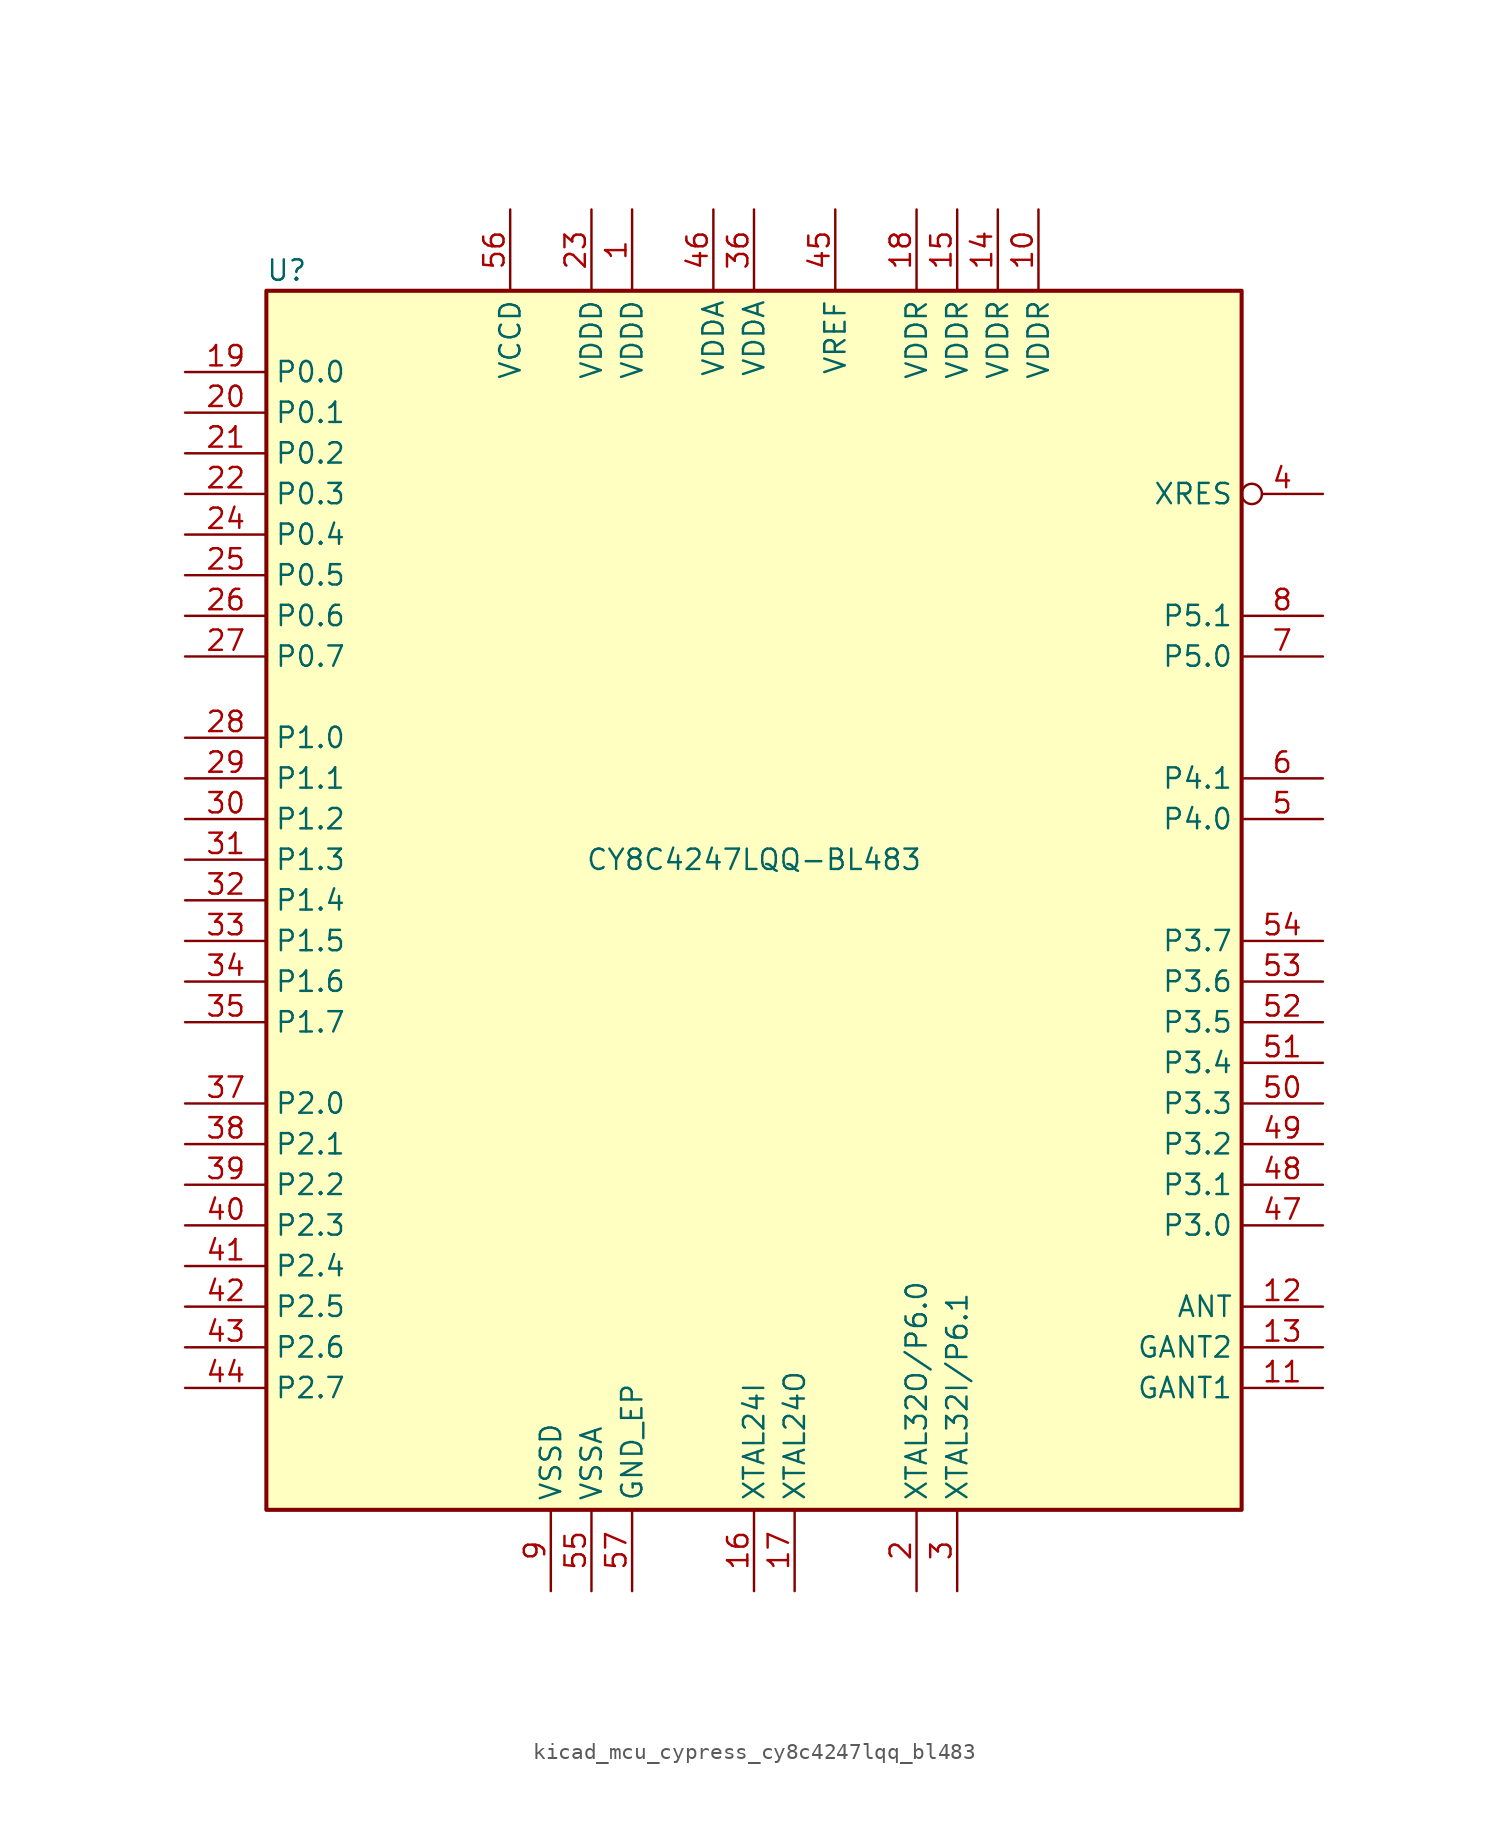
<source format=kicad_sym>
(kicad_symbol_lib
  (version 20220914)
  (generator kicad_symbol_editor)
  (symbol "kicad_mcu_cypress_cy8c4247lqq_bl483"
    (property "Reference" "U"
      (at -29.21 39.37 0)
      (effects (font (size 1.27 1.27))))
    (property "Value" "CY8C4247LQQ-BL483"
      (at 0 2.54 0)
      (effects (font (size 1.27 1.27))))
    (symbol "kicad_mcu_cypress_cy8c4247lqq_bl483_1_0"
      (rectangle (start -30.48 -38.1) (end 30.48 38.1) (stroke (width 0.254) (type default)) (fill (type background))))
    (symbol "kicad_mcu_cypress_cy8c4247lqq_bl483_1_1"
      (pin power_in line (at -7.62 43.18 270) (length 5.08) (name "VDDD" (effects (font (size 1.27 1.27)))) (number "1" (effects (font (size 1.27 1.27)))))
      (pin power_in line (at 17.78 43.18 270) (length 5.08) (name "VDDR" (effects (font (size 1.27 1.27)))) (number "10" (effects (font (size 1.27 1.27)))))
      (pin power_in line (at 35.56 -30.48 180) (length 5.08) (name "GANT1" (effects (font (size 1.27 1.27)))) (number "11" (effects (font (size 1.27 1.27)))))
      (pin output line (at 35.56 -25.4 180) (length 5.08) (name "ANT" (effects (font (size 1.27 1.27)))) (number "12" (effects (font (size 1.27 1.27)))))
      (pin power_in line (at 35.56 -27.94 180) (length 5.08) (name "GANT2" (effects (font (size 1.27 1.27)))) (number "13" (effects (font (size 1.27 1.27)))))
      (pin power_in line (at 15.24 43.18 270) (length 5.08) (name "VDDR" (effects (font (size 1.27 1.27)))) (number "14" (effects (font (size 1.27 1.27)))))
      (pin power_in line (at 12.7 43.18 270) (length 5.08) (name "VDDR" (effects (font (size 1.27 1.27)))) (number "15" (effects (font (size 1.27 1.27)))))
      (pin input line (at 0 -43.18 90) (length 5.08) (name "XTAL24I" (effects (font (size 1.27 1.27)))) (number "16" (effects (font (size 1.27 1.27)))))
      (pin output line (at 2.54 -43.18 90) (length 5.08) (name "XTAL24O" (effects (font (size 1.27 1.27)))) (number "17" (effects (font (size 1.27 1.27)))))
      (pin power_in line (at 10.16 43.18 270) (length 5.08) (name "VDDR" (effects (font (size 1.27 1.27)))) (number "18" (effects (font (size 1.27 1.27)))))
      (pin bidirectional line (at -35.56 33.02 0) (length 5.08) (name "P0.0" (effects (font (size 1.27 1.27)))) (number "19" (effects (font (size 1.27 1.27)))))
      (pin bidirectional line (at 10.16 -43.18 90) (length 5.08) (name "XTAL32O/P6.0" (effects (font (size 1.27 1.27)))) (number "2" (effects (font (size 1.27 1.27)))))
      (pin bidirectional line (at -35.56 30.48 0) (length 5.08) (name "P0.1" (effects (font (size 1.27 1.27)))) (number "20" (effects (font (size 1.27 1.27)))))
      (pin bidirectional line (at -35.56 27.94 0) (length 5.08) (name "P0.2" (effects (font (size 1.27 1.27)))) (number "21" (effects (font (size 1.27 1.27)))))
      (pin bidirectional line (at -35.56 25.4 0) (length 5.08) (name "P0.3" (effects (font (size 1.27 1.27)))) (number "22" (effects (font (size 1.27 1.27)))))
      (pin power_in line (at -10.16 43.18 270) (length 5.08) (name "VDDD" (effects (font (size 1.27 1.27)))) (number "23" (effects (font (size 1.27 1.27)))))
      (pin bidirectional line (at -35.56 22.86 0) (length 5.08) (name "P0.4" (effects (font (size 1.27 1.27)))) (number "24" (effects (font (size 1.27 1.27)))))
      (pin bidirectional line (at -35.56 20.32 0) (length 5.08) (name "P0.5" (effects (font (size 1.27 1.27)))) (number "25" (effects (font (size 1.27 1.27)))))
      (pin bidirectional line (at -35.56 17.78 0) (length 5.08) (name "P0.6" (effects (font (size 1.27 1.27)))) (number "26" (effects (font (size 1.27 1.27)))))
      (pin bidirectional line (at -35.56 15.24 0) (length 5.08) (name "P0.7" (effects (font (size 1.27 1.27)))) (number "27" (effects (font (size 1.27 1.27)))))
      (pin bidirectional line (at -35.56 10.16 0) (length 5.08) (name "P1.0" (effects (font (size 1.27 1.27)))) (number "28" (effects (font (size 1.27 1.27)))))
      (pin bidirectional line (at -35.56 7.62 0) (length 5.08) (name "P1.1" (effects (font (size 1.27 1.27)))) (number "29" (effects (font (size 1.27 1.27)))))
      (pin bidirectional line (at 12.7 -43.18 90) (length 5.08) (name "XTAL32I/P6.1" (effects (font (size 1.27 1.27)))) (number "3" (effects (font (size 1.27 1.27)))))
      (pin bidirectional line (at -35.56 5.08 0) (length 5.08) (name "P1.2" (effects (font (size 1.27 1.27)))) (number "30" (effects (font (size 1.27 1.27)))))
      (pin bidirectional line (at -35.56 2.54 0) (length 5.08) (name "P1.3" (effects (font (size 1.27 1.27)))) (number "31" (effects (font (size 1.27 1.27)))))
      (pin bidirectional line (at -35.56 0 0) (length 5.08) (name "P1.4" (effects (font (size 1.27 1.27)))) (number "32" (effects (font (size 1.27 1.27)))))
      (pin bidirectional line (at -35.56 -2.54 0) (length 5.08) (name "P1.5" (effects (font (size 1.27 1.27)))) (number "33" (effects (font (size 1.27 1.27)))))
      (pin bidirectional line (at -35.56 -5.08 0) (length 5.08) (name "P1.6" (effects (font (size 1.27 1.27)))) (number "34" (effects (font (size 1.27 1.27)))))
      (pin bidirectional line (at -35.56 -7.62 0) (length 5.08) (name "P1.7" (effects (font (size 1.27 1.27)))) (number "35" (effects (font (size 1.27 1.27)))))
      (pin power_in line (at 0 43.18 270) (length 5.08) (name "VDDA" (effects (font (size 1.27 1.27)))) (number "36" (effects (font (size 1.27 1.27)))))
      (pin bidirectional line (at -35.56 -12.7 0) (length 5.08) (name "P2.0" (effects (font (size 1.27 1.27)))) (number "37" (effects (font (size 1.27 1.27)))))
      (pin bidirectional line (at -35.56 -15.24 0) (length 5.08) (name "P2.1" (effects (font (size 1.27 1.27)))) (number "38" (effects (font (size 1.27 1.27)))))
      (pin bidirectional line (at -35.56 -17.78 0) (length 5.08) (name "P2.2" (effects (font (size 1.27 1.27)))) (number "39" (effects (font (size 1.27 1.27)))))
      (pin input inverted (at 35.56 25.4 180) (length 5.08) (name "XRES" (effects (font (size 1.27 1.27)))) (number "4" (effects (font (size 1.27 1.27)))))
      (pin bidirectional line (at -35.56 -20.32 0) (length 5.08) (name "P2.3" (effects (font (size 1.27 1.27)))) (number "40" (effects (font (size 1.27 1.27)))))
      (pin bidirectional line (at -35.56 -22.86 0) (length 5.08) (name "P2.4" (effects (font (size 1.27 1.27)))) (number "41" (effects (font (size 1.27 1.27)))))
      (pin bidirectional line (at -35.56 -25.4 0) (length 5.08) (name "P2.5" (effects (font (size 1.27 1.27)))) (number "42" (effects (font (size 1.27 1.27)))))
      (pin bidirectional line (at -35.56 -27.94 0) (length 5.08) (name "P2.6" (effects (font (size 1.27 1.27)))) (number "43" (effects (font (size 1.27 1.27)))))
      (pin bidirectional line (at -35.56 -30.48 0) (length 5.08) (name "P2.7" (effects (font (size 1.27 1.27)))) (number "44" (effects (font (size 1.27 1.27)))))
      (pin passive line (at 5.08 43.18 270) (length 5.08) (name "VREF" (effects (font (size 1.27 1.27)))) (number "45" (effects (font (size 1.27 1.27)))))
      (pin power_in line (at -2.54 43.18 270) (length 5.08) (name "VDDA" (effects (font (size 1.27 1.27)))) (number "46" (effects (font (size 1.27 1.27)))))
      (pin bidirectional line (at 35.56 -20.32 180) (length 5.08) (name "P3.0" (effects (font (size 1.27 1.27)))) (number "47" (effects (font (size 1.27 1.27)))))
      (pin bidirectional line (at 35.56 -17.78 180) (length 5.08) (name "P3.1" (effects (font (size 1.27 1.27)))) (number "48" (effects (font (size 1.27 1.27)))))
      (pin bidirectional line (at 35.56 -15.24 180) (length 5.08) (name "P3.2" (effects (font (size 1.27 1.27)))) (number "49" (effects (font (size 1.27 1.27)))))
      (pin bidirectional line (at 35.56 5.08 180) (length 5.08) (name "P4.0" (effects (font (size 1.27 1.27)))) (number "5" (effects (font (size 1.27 1.27)))))
      (pin bidirectional line (at 35.56 -12.7 180) (length 5.08) (name "P3.3" (effects (font (size 1.27 1.27)))) (number "50" (effects (font (size 1.27 1.27)))))
      (pin bidirectional line (at 35.56 -10.16 180) (length 5.08) (name "P3.4" (effects (font (size 1.27 1.27)))) (number "51" (effects (font (size 1.27 1.27)))))
      (pin bidirectional line (at 35.56 -7.62 180) (length 5.08) (name "P3.5" (effects (font (size 1.27 1.27)))) (number "52" (effects (font (size 1.27 1.27)))))
      (pin bidirectional line (at 35.56 -5.08 180) (length 5.08) (name "P3.6" (effects (font (size 1.27 1.27)))) (number "53" (effects (font (size 1.27 1.27)))))
      (pin bidirectional line (at 35.56 -2.54 180) (length 5.08) (name "P3.7" (effects (font (size 1.27 1.27)))) (number "54" (effects (font (size 1.27 1.27)))))
      (pin power_in line (at -10.16 -43.18 90) (length 5.08) (name "VSSA" (effects (font (size 1.27 1.27)))) (number "55" (effects (font (size 1.27 1.27)))))
      (pin power_out line (at -15.24 43.18 270) (length 5.08) (name "VCCD" (effects (font (size 1.27 1.27)))) (number "56" (effects (font (size 1.27 1.27)))))
      (pin power_in line (at -7.62 -43.18 90) (length 5.08) (name "GND_EP" (effects (font (size 1.27 1.27)))) (number "57" (effects (font (size 1.27 1.27)))))
      (pin bidirectional line (at 35.56 7.62 180) (length 5.08) (name "P4.1" (effects (font (size 1.27 1.27)))) (number "6" (effects (font (size 1.27 1.27)))))
      (pin bidirectional line (at 35.56 15.24 180) (length 5.08) (name "P5.0" (effects (font (size 1.27 1.27)))) (number "7" (effects (font (size 1.27 1.27)))))
      (pin bidirectional line (at 35.56 17.78 180) (length 5.08) (name "P5.1" (effects (font (size 1.27 1.27)))) (number "8" (effects (font (size 1.27 1.27)))))
      (pin power_in line (at -12.7 -43.18 90) (length 5.08) (name "VSSD" (effects (font (size 1.27 1.27)))) (number "9" (effects (font (size 1.27 1.27))))))))
</source>
